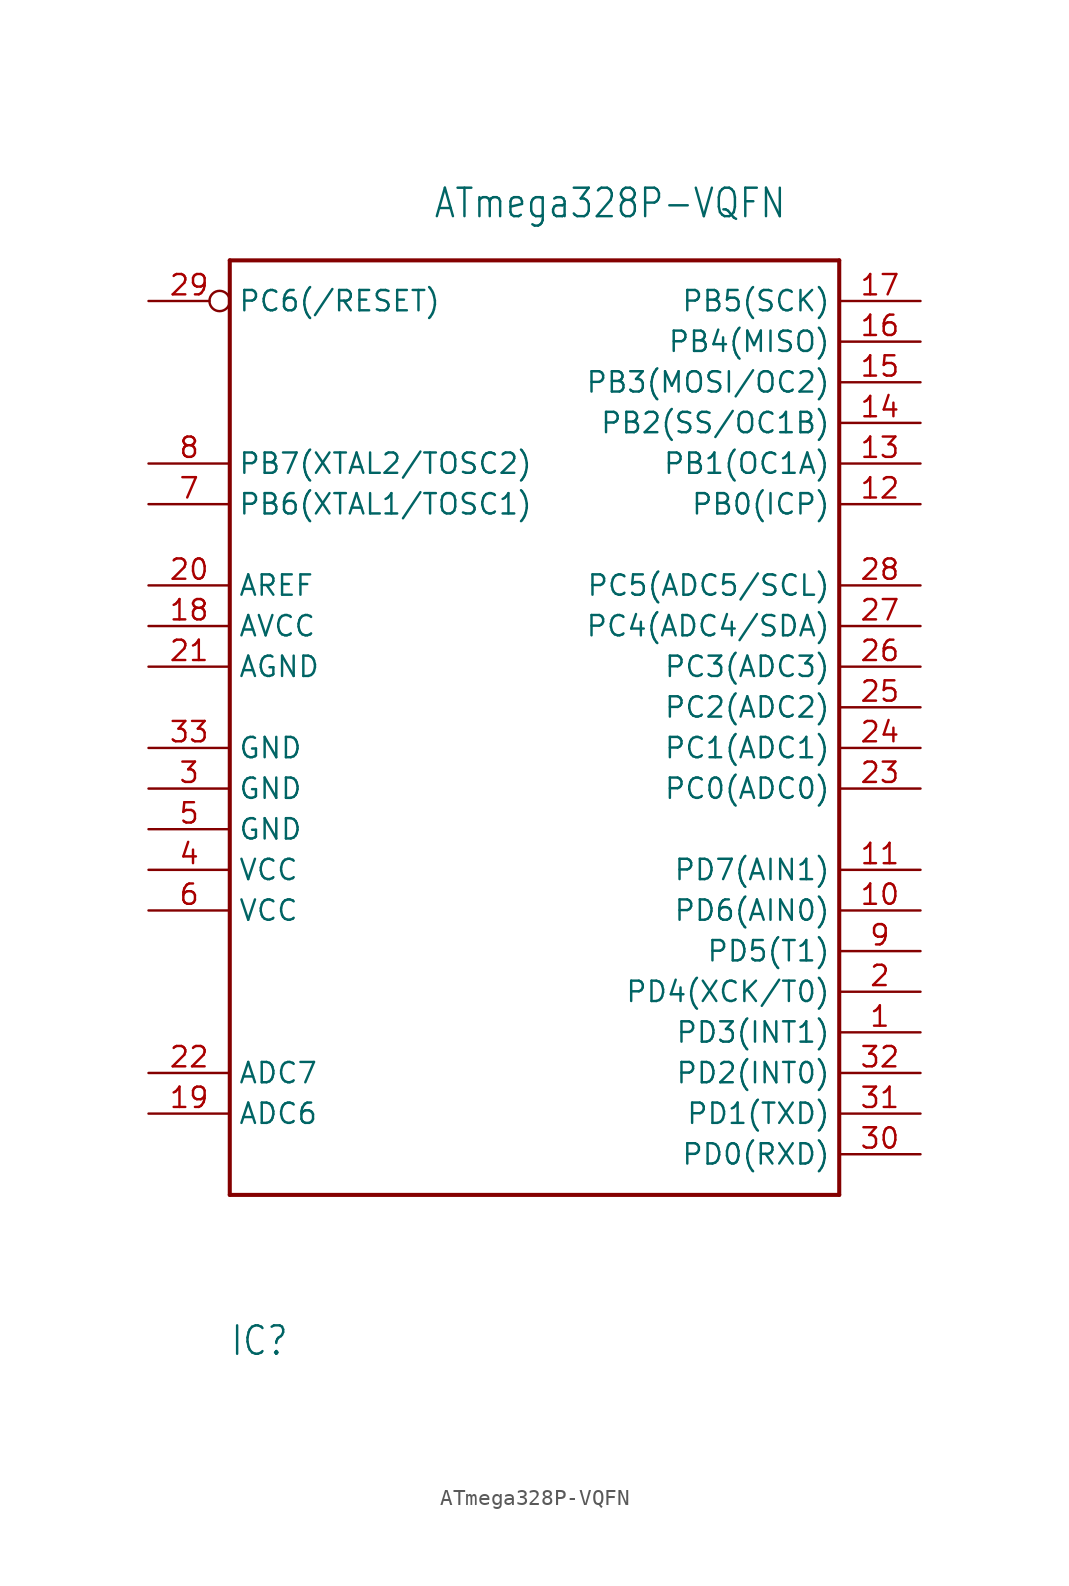
<source format=kicad_sym>
(kicad_symbol_lib
  (version 20211014)
  (generator kicad_symbol_editor)
  (symbol "ATmega328P-VQFN"
    (property "Reference" "IC"
      (at -17.78 -40.64 0)
      (effects (font (size 1.778 1.511)) (justify left bottom)))
    (property "Value" "ATmega328P-VQFN"
      (at -5.08 30.48 0)
      (effects (font (size 1.778 1.511)) (justify left bottom)))
    (symbol "ATmega328P-VQFN_1_0"
      (polyline (pts (xy -17.78 -30.48) (xy -17.78 27.94)) (stroke (width 0.254) (type default) (color 0 0 0 0)) (fill (type none)))
      (polyline (pts (xy -17.78 27.94) (xy 20.32 27.94)) (stroke (width 0.254) (type default) (color 0 0 0 0)) (fill (type none)))
      (polyline (pts (xy 20.32 -30.48) (xy -17.78 -30.48)) (stroke (width 0.254) (type default) (color 0 0 0 0)) (fill (type none)))
      (polyline (pts (xy 20.32 27.94) (xy 20.32 -30.48)) (stroke (width 0.254) (type default) (color 0 0 0 0)) (fill (type none)))
      (pin bidirectional line (at 25.4 -20.32 180) (length 5.08) (name "PD3(INT1)" (effects (font (size 1.27 1.27)))) (number "1" (effects (font (size 1.27 1.27)))))
      (pin bidirectional line (at 25.4 -12.7 180) (length 5.08) (name "PD6(AIN0)" (effects (font (size 1.27 1.27)))) (number "10" (effects (font (size 1.27 1.27)))))
      (pin bidirectional line (at 25.4 -10.16 180) (length 5.08) (name "PD7(AIN1)" (effects (font (size 1.27 1.27)))) (number "11" (effects (font (size 1.27 1.27)))))
      (pin bidirectional line (at 25.4 12.7 180) (length 5.08) (name "PB0(ICP)" (effects (font (size 1.27 1.27)))) (number "12" (effects (font (size 1.27 1.27)))))
      (pin bidirectional line (at 25.4 15.24 180) (length 5.08) (name "PB1(OC1A)" (effects (font (size 1.27 1.27)))) (number "13" (effects (font (size 1.27 1.27)))))
      (pin bidirectional line (at 25.4 17.78 180) (length 5.08) (name "PB2(SS/OC1B)" (effects (font (size 1.27 1.27)))) (number "14" (effects (font (size 1.27 1.27)))))
      (pin bidirectional line (at 25.4 20.32 180) (length 5.08) (name "PB3(MOSI/OC2)" (effects (font (size 1.27 1.27)))) (number "15" (effects (font (size 1.27 1.27)))))
      (pin bidirectional line (at 25.4 22.86 180) (length 5.08) (name "PB4(MISO)" (effects (font (size 1.27 1.27)))) (number "16" (effects (font (size 1.27 1.27)))))
      (pin bidirectional line (at 25.4 25.4 180) (length 5.08) (name "PB5(SCK)" (effects (font (size 1.27 1.27)))) (number "17" (effects (font (size 1.27 1.27)))))
      (pin power_in line (at -22.86 5.08 0) (length 5.08) (name "AVCC" (effects (font (size 1.27 1.27)))) (number "18" (effects (font (size 1.27 1.27)))))
      (pin bidirectional line (at -22.86 -25.4 0) (length 5.08) (name "ADC6" (effects (font (size 1.27 1.27)))) (number "19" (effects (font (size 1.27 1.27)))))
      (pin bidirectional line (at 25.4 -17.78 180) (length 5.08) (name "PD4(XCK/T0)" (effects (font (size 1.27 1.27)))) (number "2" (effects (font (size 1.27 1.27)))))
      (pin power_in line (at -22.86 7.62 0) (length 5.08) (name "AREF" (effects (font (size 1.27 1.27)))) (number "20" (effects (font (size 1.27 1.27)))))
      (pin power_in line (at -22.86 2.54 0) (length 5.08) (name "AGND" (effects (font (size 1.27 1.27)))) (number "21" (effects (font (size 1.27 1.27)))))
      (pin bidirectional line (at -22.86 -22.86 0) (length 5.08) (name "ADC7" (effects (font (size 1.27 1.27)))) (number "22" (effects (font (size 1.27 1.27)))))
      (pin bidirectional line (at 25.4 -5.08 180) (length 5.08) (name "PC0(ADC0)" (effects (font (size 1.27 1.27)))) (number "23" (effects (font (size 1.27 1.27)))))
      (pin bidirectional line (at 25.4 -2.54 180) (length 5.08) (name "PC1(ADC1)" (effects (font (size 1.27 1.27)))) (number "24" (effects (font (size 1.27 1.27)))))
      (pin bidirectional line (at 25.4 0 180) (length 5.08) (name "PC2(ADC2)" (effects (font (size 1.27 1.27)))) (number "25" (effects (font (size 1.27 1.27)))))
      (pin bidirectional line (at 25.4 2.54 180) (length 5.08) (name "PC3(ADC3)" (effects (font (size 1.27 1.27)))) (number "26" (effects (font (size 1.27 1.27)))))
      (pin bidirectional line (at 25.4 5.08 180) (length 5.08) (name "PC4(ADC4/SDA)" (effects (font (size 1.27 1.27)))) (number "27" (effects (font (size 1.27 1.27)))))
      (pin bidirectional line (at 25.4 7.62 180) (length 5.08) (name "PC5(ADC5/SCL)" (effects (font (size 1.27 1.27)))) (number "28" (effects (font (size 1.27 1.27)))))
      (pin bidirectional inverted (at -22.86 25.4 0) (length 5.08) (name "PC6(/RESET)" (effects (font (size 1.27 1.27)))) (number "29" (effects (font (size 1.27 1.27)))))
      (pin power_in line (at -22.86 -5.08 0) (length 5.08) (name "GND" (effects (font (size 1.27 1.27)))) (number "3" (effects (font (size 1.27 1.27)))))
      (pin bidirectional line (at 25.4 -27.94 180) (length 5.08) (name "PD0(RXD)" (effects (font (size 1.27 1.27)))) (number "30" (effects (font (size 1.27 1.27)))))
      (pin bidirectional line (at 25.4 -25.4 180) (length 5.08) (name "PD1(TXD)" (effects (font (size 1.27 1.27)))) (number "31" (effects (font (size 1.27 1.27)))))
      (pin bidirectional line (at 25.4 -22.86 180) (length 5.08) (name "PD2(INT0)" (effects (font (size 1.27 1.27)))) (number "32" (effects (font (size 1.27 1.27)))))
      (pin power_in line (at -22.86 -2.54 0) (length 5.08) (name "GND" (effects (font (size 1.27 1.27)))) (number "33" (effects (font (size 1.27 1.27)))))
      (pin power_in line (at -22.86 -10.16 0) (length 5.08) (name "VCC" (effects (font (size 1.27 1.27)))) (number "4" (effects (font (size 1.27 1.27)))))
      (pin power_in line (at -22.86 -7.62 0) (length 5.08) (name "GND" (effects (font (size 1.27 1.27)))) (number "5" (effects (font (size 1.27 1.27)))))
      (pin power_in line (at -22.86 -12.7 0) (length 5.08) (name "VCC" (effects (font (size 1.27 1.27)))) (number "6" (effects (font (size 1.27 1.27)))))
      (pin bidirectional line (at -22.86 12.7 0) (length 5.08) (name "PB6(XTAL1/TOSC1)" (effects (font (size 1.27 1.27)))) (number "7" (effects (font (size 1.27 1.27)))))
      (pin bidirectional line (at -22.86 15.24 0) (length 5.08) (name "PB7(XTAL2/TOSC2)" (effects (font (size 1.27 1.27)))) (number "8" (effects (font (size 1.27 1.27)))))
      (pin bidirectional line (at 25.4 -15.24 180) (length 5.08) (name "PD5(T1)" (effects (font (size 1.27 1.27)))) (number "9" (effects (font (size 1.27 1.27))))))))
</source>
